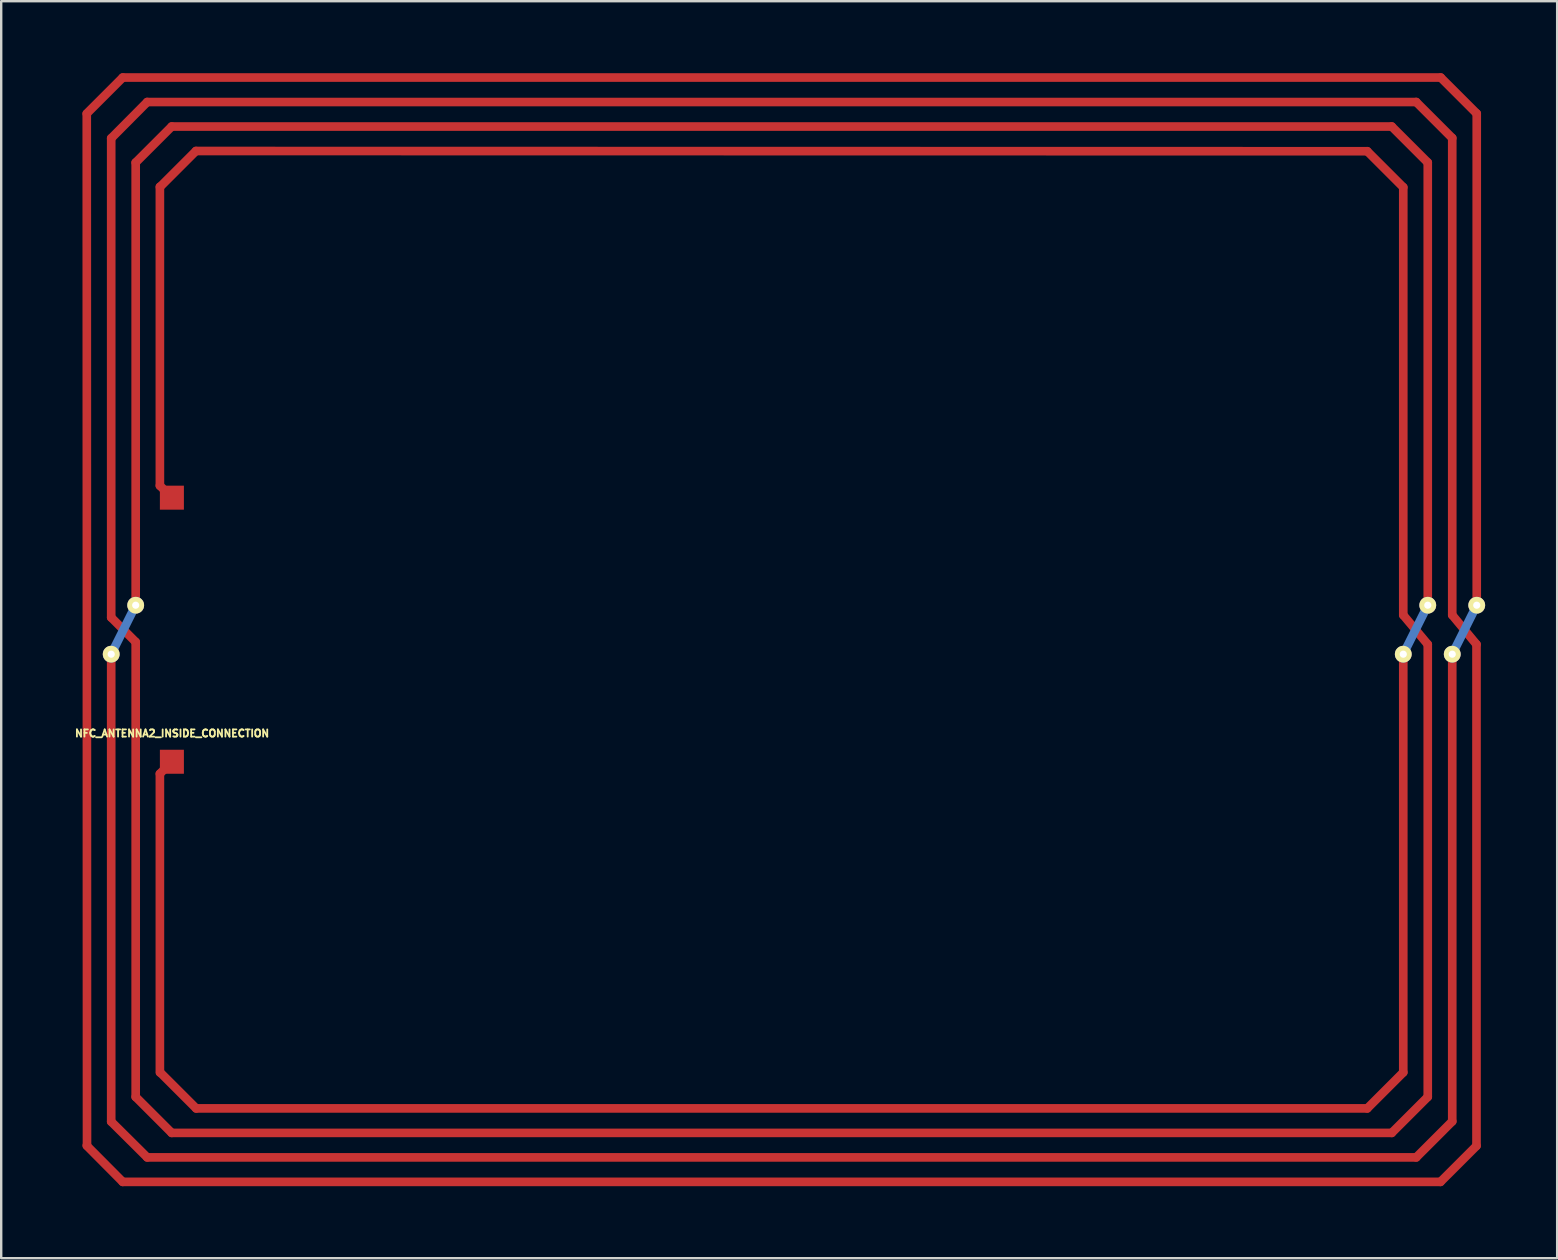
<source format=kicad_pcb>
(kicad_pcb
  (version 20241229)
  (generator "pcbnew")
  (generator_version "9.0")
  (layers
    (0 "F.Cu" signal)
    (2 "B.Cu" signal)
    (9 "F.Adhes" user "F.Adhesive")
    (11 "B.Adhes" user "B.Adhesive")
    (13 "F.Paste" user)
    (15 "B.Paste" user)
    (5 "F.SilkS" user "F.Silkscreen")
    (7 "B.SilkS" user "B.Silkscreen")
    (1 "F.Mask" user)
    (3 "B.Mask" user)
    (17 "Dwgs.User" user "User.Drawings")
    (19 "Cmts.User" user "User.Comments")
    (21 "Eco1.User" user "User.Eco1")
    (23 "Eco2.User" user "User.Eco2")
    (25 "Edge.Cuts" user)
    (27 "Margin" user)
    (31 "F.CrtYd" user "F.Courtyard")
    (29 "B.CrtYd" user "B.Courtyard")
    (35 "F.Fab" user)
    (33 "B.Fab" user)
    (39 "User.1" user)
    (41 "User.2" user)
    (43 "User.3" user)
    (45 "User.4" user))
  (footprint "NFC_ANTENNA2_INSIDE_CONNECTION"
    (layer "F.Cu")
    (at 0.562 23.18)
    (property "Reference" "NFC_ANTENNA2_INSIDE_CONNECTION" (at 3.556 4.318 0) (layer "F.SilkS") (effects (font (size 0.3 0.3) (thickness 0.075))))
    (attr through_hole)
    (fp_line (start 0 21.49) (end 1.5 23) (stroke (width 0.36) (type solid)) (layer "F.Cu"))
    (fp_line (start 0.012 21.49) (end 0.002 -21.488) (stroke (width 0.36) (type solid)) (layer "F.Cu"))
    (fp_line (start 1.02 -0.51) (end 1.02 -20.47) (stroke (width 0.36) (type solid)) (layer "F.Cu"))
    (fp_line (start 1.02 -0.51) (end 2.04 0.51) (stroke (width 0.36) (type solid)) (layer "F.Cu"))
    (fp_line (start 1.02 20.49) (end 1.02 1.02) (stroke (width 0.36) (type solid)) (layer "F.Cu"))
    (fp_line (start 1.02 20.49) (end 2.52 21.98) (stroke (width 0.36) (type solid)) (layer "F.Cu"))
    (fp_line (start 1.5 -23) (end 0 -21.5) (stroke (width 0.36) (type solid)) (layer "F.Cu"))
    (fp_line (start 1.5 -23) (end 56.4 -23) (stroke (width 0.36) (type solid)) (layer "F.Cu"))
    (fp_line (start 2.04 -1.02) (end 2.04 -19.46) (stroke (width 0.36) (type solid)) (layer "F.Cu"))
    (fp_line (start 2.04 19.46) (end 2.04 0.51) (stroke (width 0.36) (type solid)) (layer "F.Cu"))
    (fp_line (start 2.04 19.46) (end 3.54 20.96) (stroke (width 0.36) (type solid)) (layer "F.Cu"))
    (fp_line (start 2.52 -21.98) (end 1.02 -20.47) (stroke (width 0.36) (type solid)) (layer "F.Cu"))
    (fp_line (start 2.52 21.98) (end 55.38 21.98) (stroke (width 0.36) (type solid)) (layer "F.Cu"))
    (fp_line (start 3.048 -18.452) (end 3.048 -6) (stroke (width 0.36) (type solid)) (layer "F.Cu"))
    (fp_line (start 3.048 -6) (end 3.568 -5.49) (stroke (width 0.36) (type solid)) (layer "F.Cu"))
    (fp_line (start 3.048 6) (end 3.548 5.5) (stroke (width 0.36) (type solid)) (layer "F.Cu"))
    (fp_line (start 3.048 18.442) (end 3.048 6) (stroke (width 0.36) (type solid)) (layer "F.Cu"))
    (fp_line (start 3.06 18.44) (end 4.56 19.94) (stroke (width 0.36) (type solid)) (layer "F.Cu"))
    (fp_line (start 3.54 -20.96) (end 2.04 -19.46) (stroke (width 0.36) (type solid)) (layer "F.Cu"))
    (fp_line (start 4.55 -19.94) (end 3.05 -18.44) (stroke (width 0.36) (type solid)) (layer "F.Cu"))
    (fp_line (start 53.34 -19.93) (end 4.55 -19.94) (stroke (width 0.36) (type solid)) (layer "F.Cu"))
    (fp_line (start 53.34 -19.93) (end 54.84 -18.43) (stroke (width 0.36) (type solid)) (layer "F.Cu"))
    (fp_line (start 53.34 19.94) (end 4.56 19.94) (stroke (width 0.36) (type solid)) (layer "F.Cu"))
    (fp_line (start 54.36 -20.96) (end 3.54 -20.96) (stroke (width 0.36) (type solid)) (layer "F.Cu"))
    (fp_line (start 54.36 -20.96) (end 55.86 -19.46) (stroke (width 0.36) (type solid)) (layer "F.Cu"))
    (fp_line (start 54.36 20.96) (end 3.54 20.96) (stroke (width 0.36) (type solid)) (layer "F.Cu"))
    (fp_line (start 54.84 -0.61) (end 54.84 -18.43) (stroke (width 0.36) (type solid)) (layer "F.Cu"))
    (fp_line (start 54.84 18.44) (end 53.34 19.94) (stroke (width 0.36) (type solid)) (layer "F.Cu"))
    (fp_line (start 54.84 18.44) (end 54.84 1.02) (stroke (width 0.36) (type solid)) (layer "F.Cu"))
    (fp_line (start 55.38 -21.98) (end 2.52 -21.98) (stroke (width 0.36) (type solid)) (layer "F.Cu"))
    (fp_line (start 55.38 -21.98) (end 56.88 -20.48) (stroke (width 0.36) (type solid)) (layer "F.Cu"))
    (fp_line (start 55.86 -1.02) (end 55.86 -19.46) (stroke (width 0.36) (type solid)) (layer "F.Cu"))
    (fp_line (start 55.86 0.61) (end 54.84 -0.61) (stroke (width 0.36) (type solid)) (layer "F.Cu"))
    (fp_line (start 55.86 19.46) (end 54.36 20.96) (stroke (width 0.36) (type solid)) (layer "F.Cu"))
    (fp_line (start 55.86 19.46) (end 55.86 0.61) (stroke (width 0.36) (type solid)) (layer "F.Cu"))
    (fp_line (start 56.39 23) (end 1.5 23) (stroke (width 0.36) (type solid)) (layer "F.Cu"))
    (fp_line (start 56.4 -23) (end 57.9 -21.5) (stroke (width 0.36) (type solid)) (layer "F.Cu"))
    (fp_line (start 56.88 -0.61) (end 56.88 -20.48) (stroke (width 0.36) (type solid)) (layer "F.Cu"))
    (fp_line (start 56.88 20.48) (end 55.38 21.98) (stroke (width 0.36) (type solid)) (layer "F.Cu"))
    (fp_line (start 56.88 20.48) (end 56.88 1.02) (stroke (width 0.36) (type solid)) (layer "F.Cu"))
    (fp_line (start 57.89 0.61) (end 56.88 -0.61) (stroke (width 0.36) (type solid)) (layer "F.Cu"))
    (fp_line (start 57.89 21.5) (end 56.39 23) (stroke (width 0.36) (type solid)) (layer "F.Cu"))
    (fp_line (start 57.89 21.5) (end 57.89 0.61) (stroke (width 0.36) (type solid)) (layer "F.Cu"))
    (fp_line (start 57.9 -1.02) (end 57.9 -21.5) (stroke (width 0.36) (type solid)) (layer "F.Cu"))
    (fp_line (start 1.02 1.02) (end 2.04 -1.02) (stroke (width 0.36) (type solid)) (layer "B.Cu"))
    (fp_line (start 54.84 1.02) (end 55.86 -1.02) (stroke (width 0.36) (type solid)) (layer "B.Cu"))
    (fp_line (start 56.88 1.02) (end 57.9 -1.02) (stroke (width 0.36) (type solid)) (layer "B.Cu"))
    (pad "" thru_hole circle (at 1.02 1.02) (size 0.7 0.7) (drill 0.3) (layers "*.Cu" "*.Mask" "F.SilkS"))
    (pad "" thru_hole circle (at 2.04 -1.02) (size 0.7 0.7) (drill 0.3) (layers "*.Cu" "*.Mask" "F.SilkS"))
    (pad "" thru_hole circle (at 54.84 1.02) (size 0.7 0.7) (drill 0.3) (layers "*.Cu" "*.Mask" "F.SilkS"))
    (pad "" thru_hole circle (at 55.86 -1.02) (size 0.7 0.7) (drill 0.3) (layers "*.Cu" "*.Mask" "F.SilkS"))
    (pad "" thru_hole circle (at 56.88 1.02) (size 0.7 0.7) (drill 0.3) (layers "*.Cu" "*.Mask" "F.SilkS"))
    (pad "" thru_hole circle (at 57.9 -1.02) (size 0.7 0.7) (drill 0.3) (layers "*.Cu" "*.Mask" "F.SilkS"))
    (pad "1" smd rect (at 3.548 5.5) (size 1 1) (layers "F.Cu" "F.Mask" "F.Paste"))
    (pad "2" smd rect (at 3.548 -5.5) (size 1 1) (layers "F.Cu" "F.Mask" "F.Paste")))
  (gr_rect
    (start -3 -3)
    (end 61.812 49.36)
    (stroke (width 0.1) (type default))
    (fill no)
    (layer "Edge.Cuts")))
</source>
